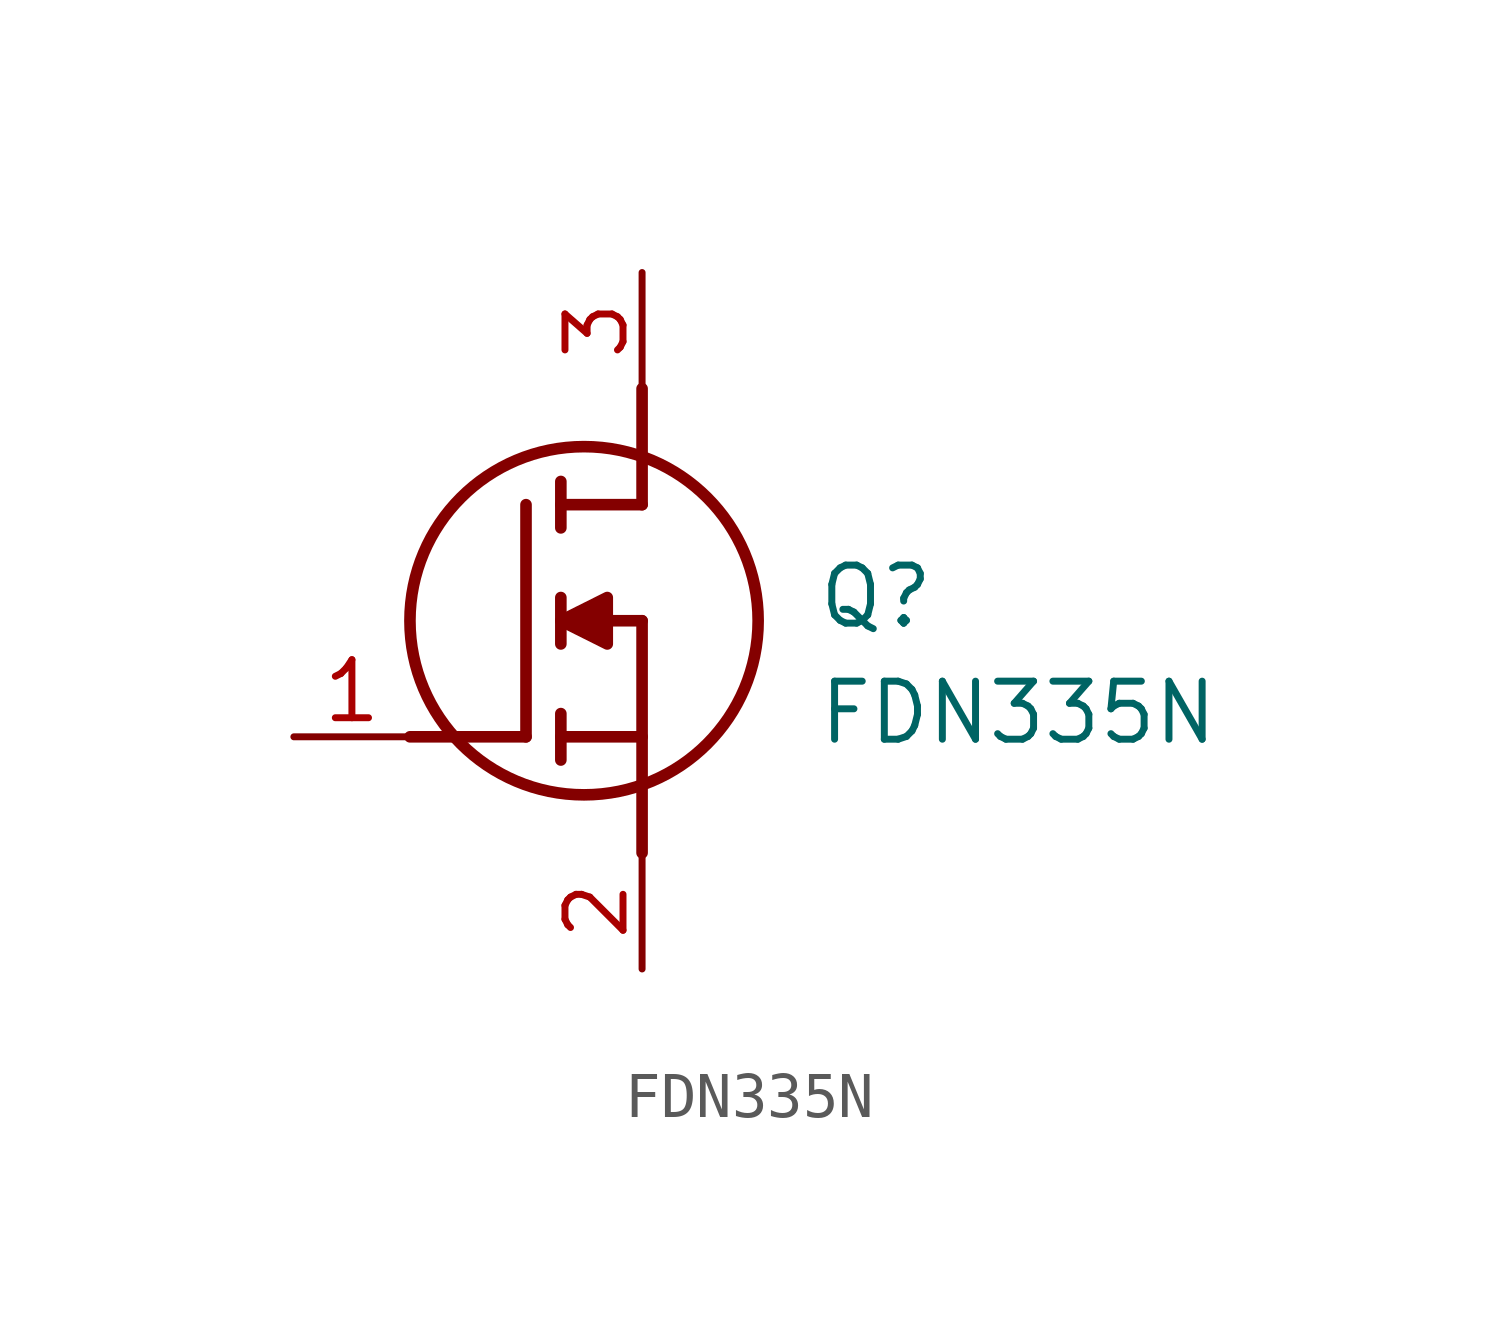
<source format=kicad_sym>
(kicad_symbol_lib
  (version 20211014)
  (generator SamacSys_ECAD_Model)
  (symbol "FDN335N"
    (pin_names hide)
    (property "Reference" "Q"
      (at 11.43 3.81 0)
      (effects (font (size 1.27 1.27)) (justify left top)))
    (property "Value" "FDN335N"
      (at 11.43 1.27 0)
      (effects (font (size 1.27 1.27)) (justify left top)))
    (polyline
      (pts (xy 7.62 2.54) (xy 7.62 -2.54))
      (stroke (width 0.254) (type default))
      (fill (type none)))
    (polyline
      (pts (xy 7.62 5.08) (xy 7.62 7.62))
      (stroke (width 0.254) (type default))
      (fill (type none)))
    (polyline
      (pts (xy 2.54 0) (xy 5.08 0))
      (stroke (width 0.254) (type default))
      (fill (type none)))
    (polyline
      (pts (xy 5.08 5.08) (xy 5.08 0))
      (stroke (width 0.254) (type default))
      (fill (type none)))
    (polyline
      (pts (xy 7.62 2.54) (xy 5.842 2.54))
      (stroke (width 0.254) (type default))
      (fill (type none)))
    (polyline
      (pts (xy 7.62 5.08) (xy 5.842 5.08))
      (stroke (width 0.254) (type default))
      (fill (type none)))
    (polyline
      (pts (xy 5.842 0) (xy 7.62 0))
      (stroke (width 0.254) (type default))
      (fill (type none)))
    (polyline
      (pts (xy 5.842 5.588) (xy 5.842 4.572))
      (stroke (width 0.254) (type default))
      (fill (type none)))
    (polyline
      (pts (xy 5.842 -0.508) (xy 5.842 0.508))
      (stroke (width 0.254) (type default))
      (fill (type none)))
    (polyline
      (pts (xy 5.842 2.032) (xy 5.842 3.048))
      (stroke (width 0.254) (type default))
      (fill (type none)))
    (circle
      (center 6.35 2.54)
      (radius 3.81)
      (stroke (width 0.254) (type default))
      (fill (type none)))
    (polyline
      (pts (xy 5.842 2.54) (xy 6.858 3.048) (xy 6.858 2.032) (xy 5.842 2.54))
      (stroke (width 0.254) (type default))
      (fill (type outline)))
    (pin passive line
      (at 0 0 0)
      (length 2.54)
      (name "G" (effects (font (size 1.27 1.27))))
      (number "1" (effects (font (size 1.27 1.27)))))
    (pin passive line
      (at 7.62 10.16 270)
      (length 2.54)
      (name "D" (effects (font (size 1.27 1.27))))
      (number "3" (effects (font (size 1.27 1.27)))))
    (pin passive line
      (at 7.62 -5.08 90)
      (length 2.54)
      (name "S" (effects (font (size 1.27 1.27))))
      (number "2" (effects (font (size 1.27 1.27)))))))
</source>
